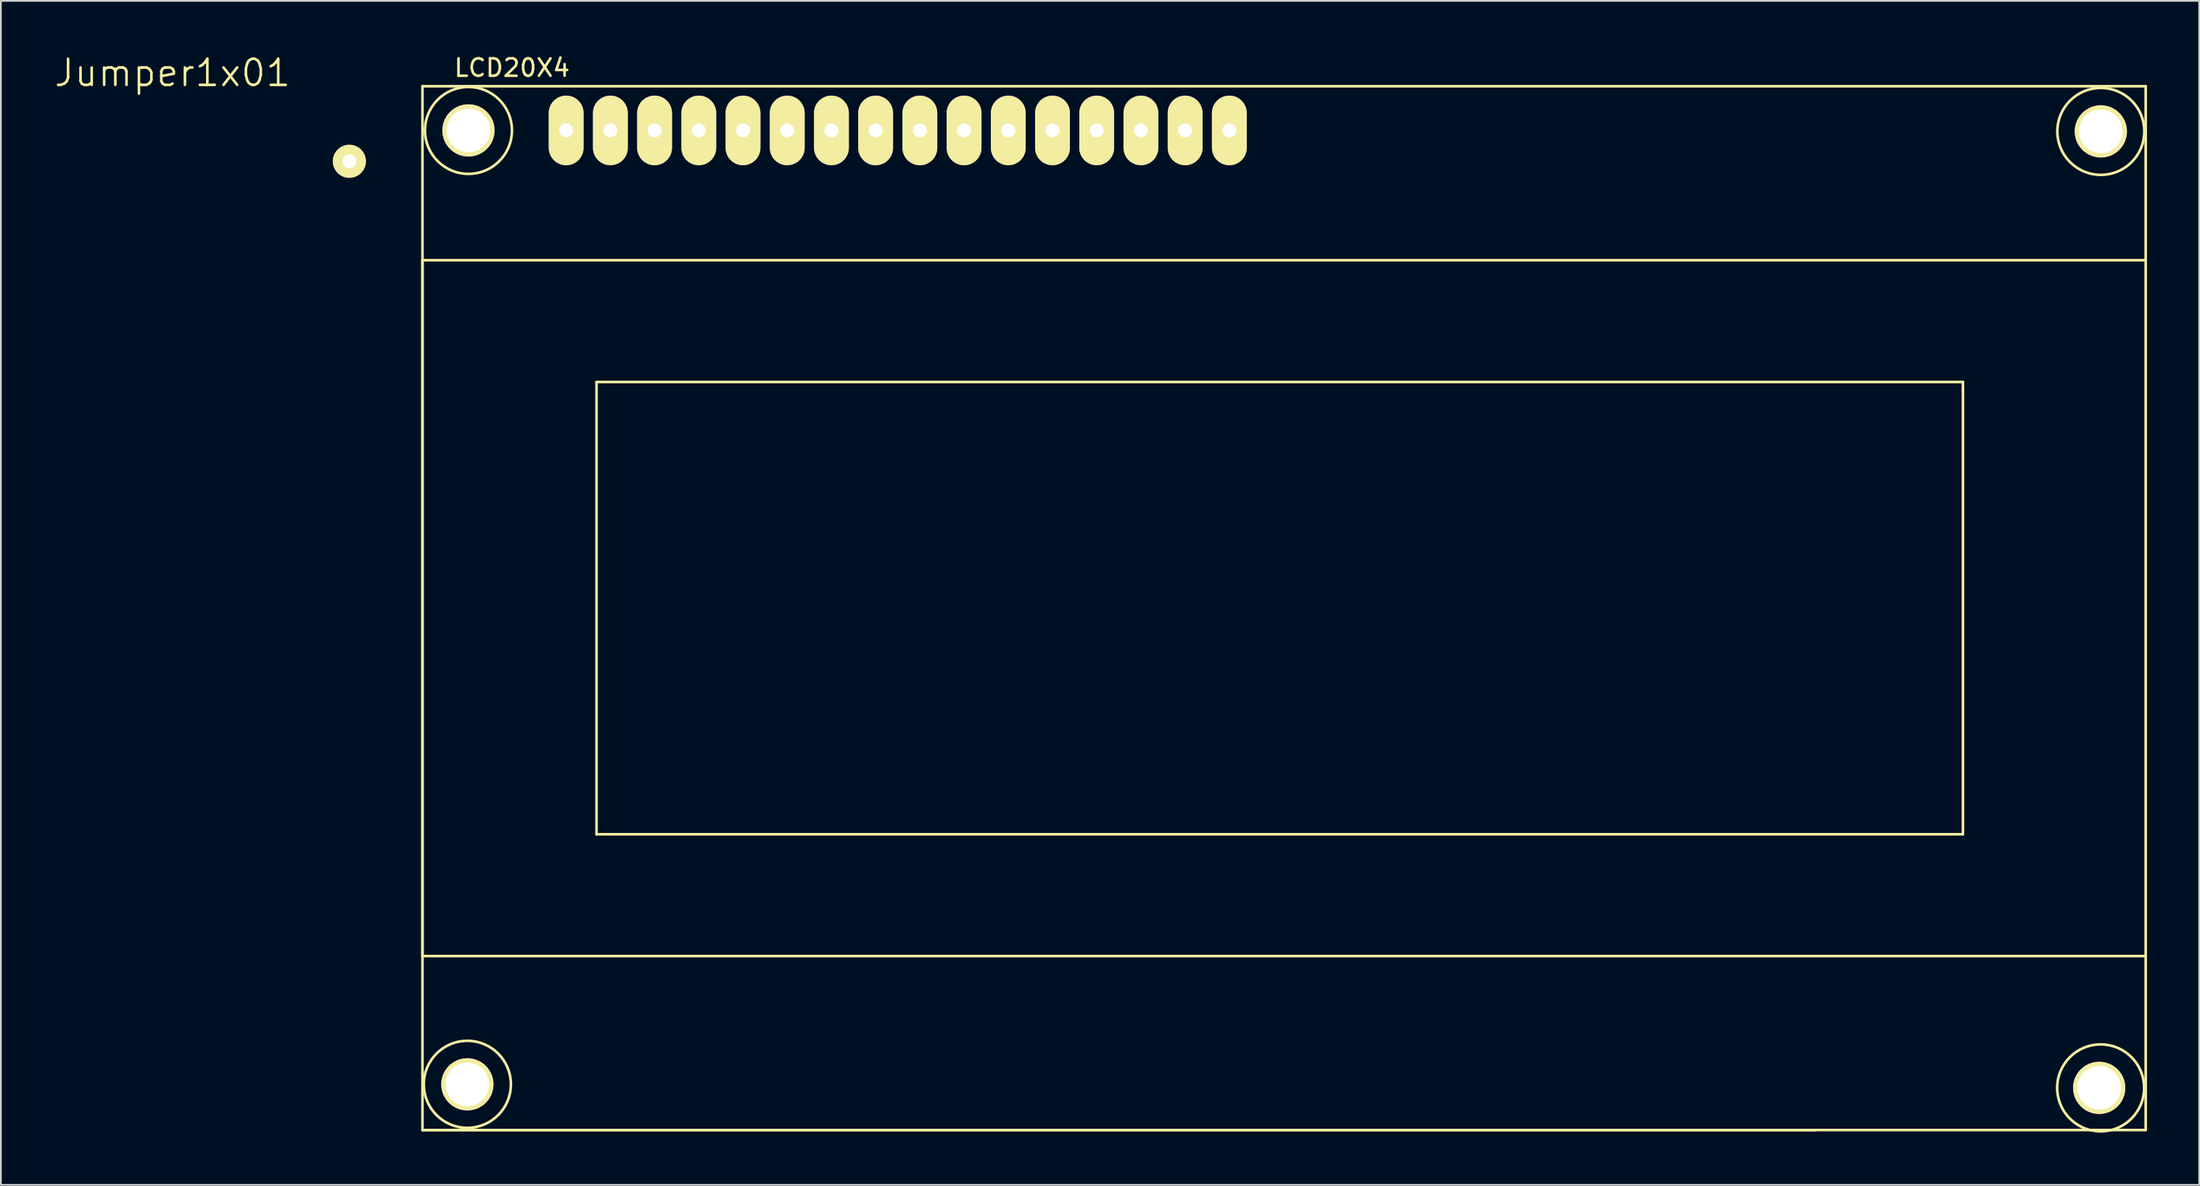
<source format=kicad_pcb>
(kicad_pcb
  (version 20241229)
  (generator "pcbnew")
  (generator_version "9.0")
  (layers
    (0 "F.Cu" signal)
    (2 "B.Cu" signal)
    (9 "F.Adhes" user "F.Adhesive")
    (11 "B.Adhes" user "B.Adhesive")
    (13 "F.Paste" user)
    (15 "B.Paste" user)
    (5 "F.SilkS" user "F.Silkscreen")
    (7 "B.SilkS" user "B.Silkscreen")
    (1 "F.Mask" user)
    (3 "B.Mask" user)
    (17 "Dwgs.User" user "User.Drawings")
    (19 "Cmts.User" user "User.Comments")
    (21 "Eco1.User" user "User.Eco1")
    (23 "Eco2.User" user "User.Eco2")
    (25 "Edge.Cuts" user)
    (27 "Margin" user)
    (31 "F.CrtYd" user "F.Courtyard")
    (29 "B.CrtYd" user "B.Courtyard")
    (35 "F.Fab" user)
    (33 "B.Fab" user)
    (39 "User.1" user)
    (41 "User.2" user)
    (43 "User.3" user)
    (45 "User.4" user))
  (footprint "LCD20X4"
    (layer "F.Cu")
    (at 21.221 1.907)
    (property "Reference" "LCD20X4" (at 5.141 -1.059 0) (layer "F.SilkS") (effects (font (size 1 1) (thickness 0.15))))
    (attr through_hole)
    (fp_line (start 0 0) (end 0 60) (stroke (width 0.15) (type solid)) (layer "F.SilkS"))
    (fp_line (start 0 50) (end 0 10) (stroke (width 0.15) (type solid)) (layer "F.SilkS"))
    (fp_line (start 0 60) (end 80 60) (stroke (width 0.15) (type solid)) (layer "F.SilkS"))
    (fp_line (start 0 60) (end 99 60) (stroke (width 0.15) (type solid)) (layer "F.SilkS"))
    (fp_line (start 10 17) (end 10 43) (stroke (width 0.15) (type solid)) (layer "F.SilkS"))
    (fp_line (start 10 43) (end 88.5 43) (stroke (width 0.15) (type solid)) (layer "F.SilkS"))
    (fp_line (start 88.5 17) (end 10 17) (stroke (width 0.15) (type solid)) (layer "F.SilkS"))
    (fp_line (start 88.5 17.5) (end 88.5 17) (stroke (width 0.15) (type solid)) (layer "F.SilkS"))
    (fp_line (start 88.5 43) (end 88.5 17.5) (stroke (width 0.15) (type solid)) (layer "F.SilkS"))
    (fp_line (start 99 0) (end 0 0) (stroke (width 0.15) (type solid)) (layer "F.SilkS"))
    (fp_line (start 99 10) (end 0 10) (stroke (width 0.15) (type solid)) (layer "F.SilkS"))
    (fp_line (start 99 50) (end 0 50) (stroke (width 0.15) (type solid)) (layer "F.SilkS"))
    (fp_line (start 99 60) (end 99 0) (stroke (width 0.15) (type solid)) (layer "F.SilkS"))
    (fp_circle (center 2.578 57.374) (end 0.076 57.374) (stroke (width 0.15) (type solid)) (fill no) (layer "F.SilkS"))
    (fp_circle (center 2.642 2.54) (end 5.141 2.54) (stroke (width 0.15) (type solid)) (fill no) (layer "F.SilkS"))
    (fp_circle (center 96.412 57.577) (end 98.911 57.577) (stroke (width 0.15) (type solid)) (fill no) (layer "F.SilkS"))
    (fp_circle (center 96.422 2.596) (end 98.921 2.596) (stroke (width 0.15) (type solid)) (fill no) (layer "F.SilkS"))
    (pad "0" thru_hole circle (at 2.578 57.374) (size 3 3) (drill 2.5) (layers "*.Cu" "*.Mask" "F.SilkS"))
    (pad "0" thru_hole circle (at 2.642 2.54) (size 3 3) (drill 2.5) (layers "*.Cu" "*.Mask" "F.SilkS"))
    (pad "0" thru_hole circle (at 96.328 57.577) (size 3 3) (drill 2.5) (layers "*.Cu" "*.Mask" "F.SilkS"))
    (pad "0" thru_hole circle (at 96.422 2.596) (size 3 3) (drill 2.5) (layers "*.Cu" "*.Mask" "F.SilkS"))
    (pad "1" thru_hole oval (at 8.255 2.54) (size 2 4) (drill 0.8) (layers "*.Cu" "*.Mask" "F.SilkS"))
    (pad "2" thru_hole oval (at 10.795 2.54) (size 2 4) (drill 0.8) (layers "*.Cu" "*.Mask" "F.SilkS"))
    (pad "3" thru_hole oval (at 13.335 2.54) (size 2 4) (drill 0.8) (layers "*.Cu" "*.Mask" "F.SilkS"))
    (pad "4" thru_hole oval (at 15.875 2.54) (size 2 4) (drill 0.8) (layers "*.Cu" "*.Mask" "F.SilkS"))
    (pad "5" thru_hole oval (at 18.415 2.54) (size 2 4) (drill 0.8) (layers "*.Cu" "*.Mask" "F.SilkS"))
    (pad "6" thru_hole oval (at 20.955 2.54) (size 2 4) (drill 0.8) (layers "*.Cu" "*.Mask" "F.SilkS"))
    (pad "7" thru_hole oval (at 23.495 2.54) (size 2 4) (drill 0.8) (layers "*.Cu" "*.Mask" "F.SilkS"))
    (pad "8" thru_hole oval (at 26.035 2.54) (size 2 4) (drill 0.8) (layers "*.Cu" "*.Mask" "F.SilkS"))
    (pad "9" thru_hole oval (at 28.575 2.54) (size 2 4) (drill 0.8) (layers "*.Cu" "*.Mask" "F.SilkS"))
    (pad "10" thru_hole oval (at 31.115 2.54) (size 2 4) (drill 0.8) (layers "*.Cu" "*.Mask" "F.SilkS"))
    (pad "11" thru_hole oval (at 33.655 2.54) (size 2 4) (drill 0.8) (layers "*.Cu" "*.Mask" "F.SilkS"))
    (pad "12" thru_hole oval (at 36.195 2.54) (size 2 4) (drill 0.8) (layers "*.Cu" "*.Mask" "F.SilkS"))
    (pad "13" thru_hole oval (at 38.735 2.54) (size 2 4) (drill 0.8) (layers "*.Cu" "*.Mask" "F.SilkS"))
    (pad "14" thru_hole oval (at 41.275 2.54) (size 2 4) (drill 0.8) (layers "*.Cu" "*.Mask" "F.SilkS"))
    (pad "15" thru_hole oval (at 43.815 2.54) (size 2 4) (drill 0.8) (layers "*.Cu" "*.Mask" "F.SilkS"))
    (pad "16" thru_hole oval (at 46.355 2.54) (size 2 4) (drill 0.8) (layers "*.Cu" "*.Mask" "F.SilkS")))
  (footprint "Jumper1x01"
    (layer "F.Cu")
    (at 17.021 6.221)
    (property "Reference" "Jumper1x01" (at -10.16 -5.08 0) (layer "F.SilkS") (effects (font (size 1.5 1.5) (thickness 0.15))))
    (attr through_hole)
    (pad "1" thru_hole circle (at 0 0) (size 1.9 1.9) (drill 0.8) (layers "*.Cu" "*.Mask" "F.SilkS")))
  (gr_rect
    (start -3 -3)
    (end 123.296 65.059)
    (stroke (width 0.1) (type default))
    (fill no)
    (layer "Edge.Cuts")))
</source>
